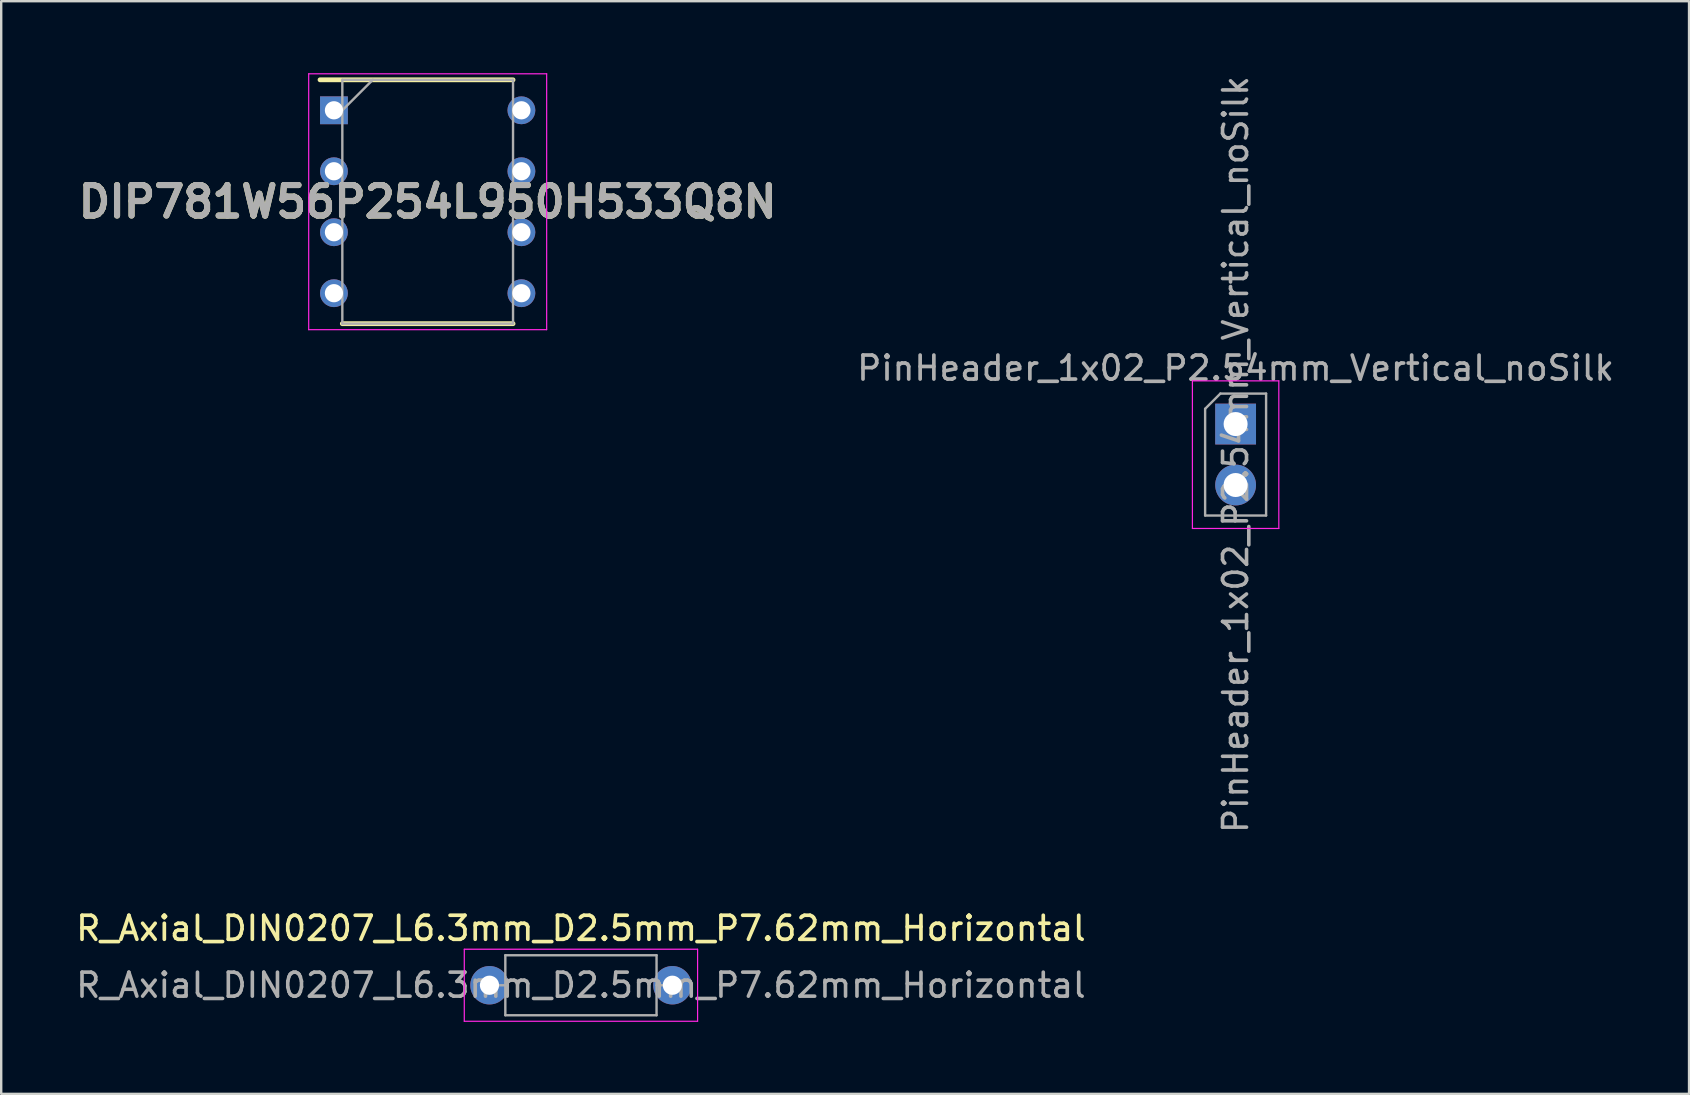
<source format=kicad_pcb>
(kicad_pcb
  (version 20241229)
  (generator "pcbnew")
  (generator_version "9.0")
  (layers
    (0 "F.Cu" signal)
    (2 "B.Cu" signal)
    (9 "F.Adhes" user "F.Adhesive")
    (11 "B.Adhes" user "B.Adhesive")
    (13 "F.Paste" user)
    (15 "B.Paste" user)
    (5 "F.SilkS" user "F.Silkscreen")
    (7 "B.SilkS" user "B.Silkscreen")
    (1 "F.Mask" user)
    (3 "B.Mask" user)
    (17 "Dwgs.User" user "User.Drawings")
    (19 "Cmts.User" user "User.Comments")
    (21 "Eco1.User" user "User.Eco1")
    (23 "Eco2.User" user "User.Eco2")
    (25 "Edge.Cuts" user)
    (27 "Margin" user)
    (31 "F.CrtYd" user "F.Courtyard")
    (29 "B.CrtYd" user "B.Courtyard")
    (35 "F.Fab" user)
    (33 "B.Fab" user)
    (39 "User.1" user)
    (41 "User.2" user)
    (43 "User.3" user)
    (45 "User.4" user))
  (footprint "R_Axial_DIN0207_L6.3mm_D2.5mm_P7.62mm_Horizontal"
    (layer "F.Cu")
    (at 17.343 37.997)
    (property "Reference" "R_Axial_DIN0207_L6.3mm_D2.5mm_P7.62mm_Horizontal" (at 3.81 -2.37 0) (layer "F.SilkS") (effects (font (size 1 1) (thickness 0.153))))
    (attr through_hole)
    (fp_line (start -1.05 -1.5) (end -1.05 1.5) (stroke (width 0.05) (type solid)) (layer "F.CrtYd"))
    (fp_line (start -1.05 1.5) (end 8.67 1.5) (stroke (width 0.05) (type solid)) (layer "F.CrtYd"))
    (fp_line (start 8.67 -1.5) (end -1.05 -1.5) (stroke (width 0.05) (type solid)) (layer "F.CrtYd"))
    (fp_line (start 8.67 1.5) (end 8.67 -1.5) (stroke (width 0.05) (type solid)) (layer "F.CrtYd"))
    (fp_line (start 0 0) (end 0.66 0) (stroke (width 0.1) (type solid)) (layer "F.Fab"))
    (fp_line (start 0.66 -1.25) (end 0.66 1.25) (stroke (width 0.1) (type solid)) (layer "F.Fab"))
    (fp_line (start 0.66 1.25) (end 6.96 1.25) (stroke (width 0.1) (type solid)) (layer "F.Fab"))
    (fp_line (start 6.96 -1.25) (end 0.66 -1.25) (stroke (width 0.1) (type solid)) (layer "F.Fab"))
    (fp_line (start 6.96 1.25) (end 6.96 -1.25) (stroke (width 0.1) (type solid)) (layer "F.Fab"))
    (fp_line (start 7.62 0) (end 6.96 0) (stroke (width 0.1) (type solid)) (layer "F.Fab"))
    (fp_text user "${REFERENCE}" (at 3.81 0 0) (layer "F.Fab") (effects (font (size 1 1) (thickness 0.15))))
    (pad "1" thru_hole circle (at 0 0) (size 1.6 1.6) (drill 0.8) (layers "*.Cu" "*.Mask"))
    (pad "2" thru_hole oval (at 7.62 0) (size 1.6 1.6) (drill 0.8) (layers "*.Cu" "*.Mask")))
  (footprint "PinHeader_1x02_P2.54mm_Vertical_noSilk"
    (layer "F.Cu")
    (at 48.428 14.617)
    (property "Reference" "PinHeader_1x02_P2.54mm_Vertical_noSilk" (at 0 -2.33 0) (layer "F.Fab") (effects (font (size 1 1) (thickness 0.153))))
    (attr through_hole)
    (fp_line (start -1.8 -1.8) (end -1.8 4.35) (stroke (width 0.05) (type solid)) (layer "F.CrtYd"))
    (fp_line (start -1.8 4.35) (end 1.8 4.35) (stroke (width 0.05) (type solid)) (layer "F.CrtYd"))
    (fp_line (start 1.8 -1.8) (end -1.8 -1.8) (stroke (width 0.05) (type solid)) (layer "F.CrtYd"))
    (fp_line (start 1.8 4.35) (end 1.8 -1.8) (stroke (width 0.05) (type solid)) (layer "F.CrtYd"))
    (fp_line (start -1.27 -0.635) (end -0.635 -1.27) (stroke (width 0.1) (type solid)) (layer "F.Fab"))
    (fp_line (start -1.27 3.81) (end -1.27 -0.635) (stroke (width 0.1) (type solid)) (layer "F.Fab"))
    (fp_line (start -0.635 -1.27) (end 1.27 -1.27) (stroke (width 0.1) (type solid)) (layer "F.Fab"))
    (fp_line (start 1.27 -1.27) (end 1.27 3.81) (stroke (width 0.1) (type solid)) (layer "F.Fab"))
    (fp_line (start 1.27 3.81) (end -1.27 3.81) (stroke (width 0.1) (type solid)) (layer "F.Fab"))
    (fp_text user "${REFERENCE}" (at 0 1.27 90) (layer "F.Fab") (effects (font (size 1 1) (thickness 0.15))))
    (pad "1" thru_hole rect (at 0 0) (size 1.7 1.7) (drill 1) (layers "*.Cu" "*.Mask"))
    (pad "2" thru_hole oval (at 0 2.54) (size 1.7 1.7) (drill 1) (layers "*.Cu" "*.Mask")))
  (footprint "DIP781W56P254L950H533Q8N"
    (layer "F.Cu")
    (at 14.768 5.355)
    (property "Reference" "DIP781W56P254L950H533Q8N" (at 0 0 0) (layer "F.SilkS") (effects (font (size 1.27 1.27) (thickness 0.254))))
    (attr through_hole)
    (fp_line (start -4.485 -5.08) (end 3.556 -5.08) (stroke (width 0.2) (type solid)) (layer "F.SilkS"))
    (fp_line (start -3.556 5.08) (end 3.556 5.08) (stroke (width 0.2) (type solid)) (layer "F.SilkS"))
    (fp_line (start -4.957 -5.33) (end 4.957 -5.33) (stroke (width 0.05) (type solid)) (layer "F.CrtYd"))
    (fp_line (start -4.957 5.33) (end -4.957 -5.33) (stroke (width 0.05) (type solid)) (layer "F.CrtYd"))
    (fp_line (start 4.957 -5.33) (end 4.957 5.33) (stroke (width 0.05) (type solid)) (layer "F.CrtYd"))
    (fp_line (start 4.957 5.33) (end -4.957 5.33) (stroke (width 0.05) (type solid)) (layer "F.CrtYd"))
    (fp_line (start -3.556 -5.08) (end 3.556 -5.08) (stroke (width 0.1) (type solid)) (layer "F.Fab"))
    (fp_line (start -3.556 -3.81) (end -2.286 -5.08) (stroke (width 0.1) (type solid)) (layer "F.Fab"))
    (fp_line (start -3.556 5.08) (end -3.556 -5.08) (stroke (width 0.1) (type solid)) (layer "F.Fab"))
    (fp_line (start 3.556 -5.08) (end 3.556 5.08) (stroke (width 0.1) (type solid)) (layer "F.Fab"))
    (fp_line (start 3.556 5.08) (end -3.556 5.08) (stroke (width 0.1) (type solid)) (layer "F.Fab"))
    (fp_text user "${REFERENCE}" (at 0 0 0) (layer "F.Fab") (effects (font (size 1.27 1.27) (thickness 0.254))))
    (pad "1" thru_hole rect (at -3.905 -3.81) (size 1.159 1.159) (drill 0.759) (layers "*.Cu" "*.Mask"))
    (pad "2" thru_hole circle (at -3.905 -1.27) (size 1.159 1.159) (drill 0.759) (layers "*.Cu" "*.Mask"))
    (pad "3" thru_hole circle (at -3.905 1.27) (size 1.159 1.159) (drill 0.759) (layers "*.Cu" "*.Mask"))
    (pad "4" thru_hole circle (at -3.905 3.81) (size 1.159 1.159) (drill 0.759) (layers "*.Cu" "*.Mask"))
    (pad "5" thru_hole circle (at 3.905 3.81) (size 1.159 1.159) (drill 0.759) (layers "*.Cu" "*.Mask"))
    (pad "6" thru_hole circle (at 3.905 1.27) (size 1.159 1.159) (drill 0.759) (layers "*.Cu" "*.Mask"))
    (pad "7" thru_hole circle (at 3.905 -1.27) (size 1.159 1.159) (drill 0.759) (layers "*.Cu" "*.Mask"))
    (pad "8" thru_hole circle (at 3.905 -3.81) (size 1.159 1.159) (drill 0.759) (layers "*.Cu" "*.Mask")))
  (gr_rect
    (start -3 -3)
    (end 67.319 42.522)
    (stroke (width 0.1) (type default))
    (fill no)
    (layer "Edge.Cuts")))
</source>
